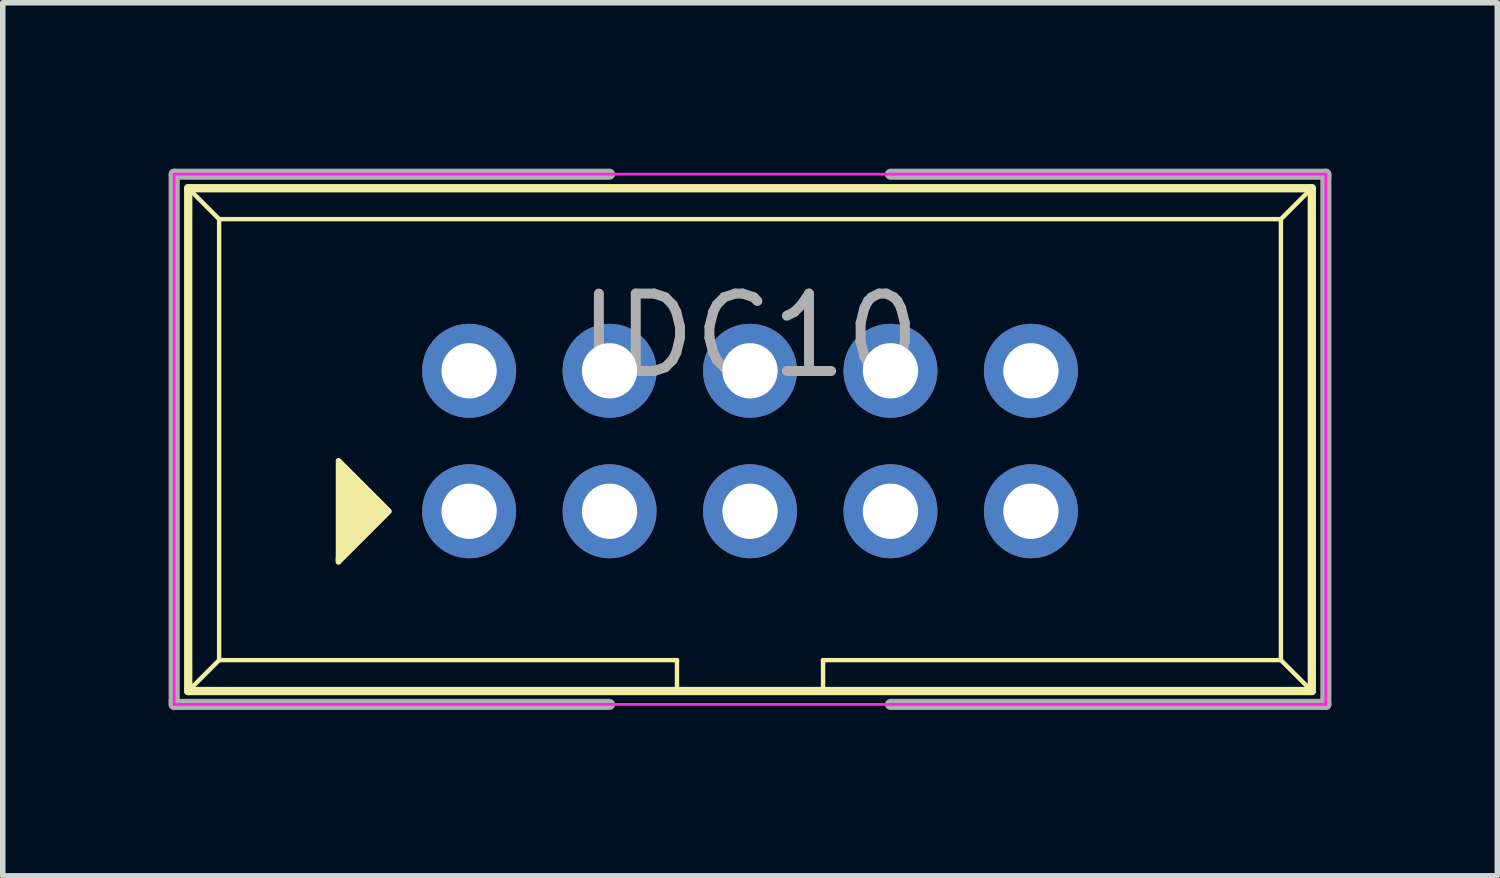
<source format=kicad_pcb>
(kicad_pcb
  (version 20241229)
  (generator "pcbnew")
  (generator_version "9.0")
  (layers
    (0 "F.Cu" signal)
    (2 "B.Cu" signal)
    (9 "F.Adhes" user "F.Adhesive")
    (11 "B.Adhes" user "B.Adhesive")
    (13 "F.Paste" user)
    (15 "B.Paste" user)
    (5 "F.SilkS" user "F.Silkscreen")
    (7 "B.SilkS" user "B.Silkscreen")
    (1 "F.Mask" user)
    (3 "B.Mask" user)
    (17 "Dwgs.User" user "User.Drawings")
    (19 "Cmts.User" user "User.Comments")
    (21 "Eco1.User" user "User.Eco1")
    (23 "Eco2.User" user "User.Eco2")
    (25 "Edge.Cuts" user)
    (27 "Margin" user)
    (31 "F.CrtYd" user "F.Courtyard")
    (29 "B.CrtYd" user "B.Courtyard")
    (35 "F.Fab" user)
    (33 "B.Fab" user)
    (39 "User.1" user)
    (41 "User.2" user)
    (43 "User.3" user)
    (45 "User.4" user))
  (footprint "IDC10"
    (layer "F.Cu")
    (at 10.514 4.926)
    (property "Reference" "IDC10" (at 0 -1.905 0) (layer "F.Fab") (effects (font (size 1.4 1.4) (thickness 0.18))))
    (attr through_hole)
    (fp_line (start -10.16 -4.572) (end -9.601 -4.013) (stroke (width 0.08) (type solid)) (layer "F.SilkS"))
    (fp_line (start -10.16 -4.572) (end 10.16 -4.572) (stroke (width 0.15) (type solid)) (layer "F.SilkS"))
    (fp_line (start -10.16 4.521) (end -10.16 -4.572) (stroke (width 0.15) (type solid)) (layer "F.SilkS"))
    (fp_line (start -10.16 4.521) (end -9.601 3.962) (stroke (width 0.08) (type solid)) (layer "F.SilkS"))
    (fp_line (start -9.601 -4.013) (end -9.601 3.962) (stroke (width 0.08) (type solid)) (layer "F.SilkS"))
    (fp_line (start -9.601 -4.013) (end 9.601 -4.013) (stroke (width 0.08) (type solid)) (layer "F.SilkS"))
    (fp_line (start -9.601 3.962) (end -1.321 3.962) (stroke (width 0.08) (type solid)) (layer "F.SilkS"))
    (fp_line (start -7.442 2.184) (end -7.442 2.108) (stroke (width 0.1) (type solid)) (layer "F.SilkS"))
    (fp_line (start -1.321 3.962) (end -1.321 4.521) (stroke (width 0.08) (type solid)) (layer "F.SilkS"))
    (fp_line (start 1.321 3.962) (end 1.321 4.521) (stroke (width 0.08) (type solid)) (layer "F.SilkS"))
    (fp_line (start 9.601 -4.013) (end 9.601 3.962) (stroke (width 0.08) (type solid)) (layer "F.SilkS"))
    (fp_line (start 9.601 3.962) (end 1.321 3.962) (stroke (width 0.08) (type solid)) (layer "F.SilkS"))
    (fp_line (start 10.16 -4.572) (end 9.601 -4.013) (stroke (width 0.08) (type solid)) (layer "F.SilkS"))
    (fp_line (start 10.16 4.521) (end -10.16 4.521) (stroke (width 0.15) (type solid)) (layer "F.SilkS"))
    (fp_line (start 10.16 4.521) (end 9.601 3.962) (stroke (width 0.08) (type solid)) (layer "F.SilkS"))
    (fp_line (start 10.16 4.521) (end 10.16 -4.572) (stroke (width 0.15) (type solid)) (layer "F.SilkS"))
    (fp_poly (pts (xy -6.528 1.27) (xy -7.442 2.184) (xy -7.442 0.356)) (stroke (width 0.1) (type solid)) (fill yes) (layer "F.SilkS"))
    (fp_line (start -10.414 -4.826) (end 10.414 -4.826) (stroke (width 0.05) (type solid)) (layer "F.CrtYd"))
    (fp_line (start -10.414 4.763) (end -10.414 -4.826) (stroke (width 0.05) (type solid)) (layer "F.CrtYd"))
    (fp_line (start 10.414 -4.826) (end 10.414 4.763) (stroke (width 0.05) (type solid)) (layer "F.CrtYd"))
    (fp_line (start 10.414 4.763) (end -10.414 4.763) (stroke (width 0.05) (type solid)) (layer "F.CrtYd"))
    (fp_line (start -10.414 -4.826) (end -10.414 4.699) (stroke (width 0.2) (type solid)) (layer "F.Fab"))
    (fp_line (start -10.414 4.699) (end -10.414 4.763) (stroke (width 0.2) (type solid)) (layer "F.Fab"))
    (fp_line (start -10.414 4.763) (end -2.54 4.763) (stroke (width 0.2) (type solid)) (layer "F.Fab"))
    (fp_line (start -2.54 -4.826) (end -10.414 -4.826) (stroke (width 0.2) (type solid)) (layer "F.Fab"))
    (fp_line (start 2.54 4.763) (end 10.351 4.763) (stroke (width 0.2) (type solid)) (layer "F.Fab"))
    (fp_line (start 10.351 4.763) (end 10.414 4.763) (stroke (width 0.2) (type solid)) (layer "F.Fab"))
    (fp_line (start 10.414 -4.826) (end 2.54 -4.826) (stroke (width 0.2) (type solid)) (layer "F.Fab"))
    (fp_line (start 10.414 -4.763) (end 10.414 -4.826) (stroke (width 0.2) (type solid)) (layer "F.Fab"))
    (fp_line (start 10.414 4.763) (end 10.414 -4.763) (stroke (width 0.2) (type solid)) (layer "F.Fab"))
    (pad "1" thru_hole circle (at -5.08 1.27) (size 1.7 1.7) (drill 1) (layers "*.Cu" "*.Mask"))
    (pad "2" thru_hole circle (at -5.08 -1.27) (size 1.7 1.7) (drill 1) (layers "*.Cu" "*.Mask"))
    (pad "3" thru_hole circle (at -2.54 1.27) (size 1.7 1.7) (drill 1) (layers "*.Cu" "*.Mask"))
    (pad "4" thru_hole circle (at -2.54 -1.27) (size 1.7 1.7) (drill 1) (layers "*.Cu" "*.Mask"))
    (pad "5" thru_hole circle (at 0 1.27) (size 1.7 1.7) (drill 1) (layers "*.Cu" "*.Mask"))
    (pad "6" thru_hole circle (at 0 -1.27) (size 1.7 1.7) (drill 1) (layers "*.Cu" "*.Mask"))
    (pad "7" thru_hole circle (at 2.54 1.27) (size 1.7 1.7) (drill 1) (layers "*.Cu" "*.Mask"))
    (pad "8" thru_hole circle (at 2.54 -1.27) (size 1.7 1.7) (drill 1) (layers "*.Cu" "*.Mask"))
    (pad "9" thru_hole circle (at 5.08 1.27) (size 1.7 1.7) (drill 1) (layers "*.Cu" "*.Mask"))
    (pad "10" thru_hole circle (at 5.08 -1.27) (size 1.7 1.7) (drill 1) (layers "*.Cu" "*.Mask")))
  (gr_rect
    (start -3 -3)
    (end 24.028 12.789)
    (stroke (width 0.1) (type default))
    (fill no)
    (layer "Edge.Cuts")))
</source>
